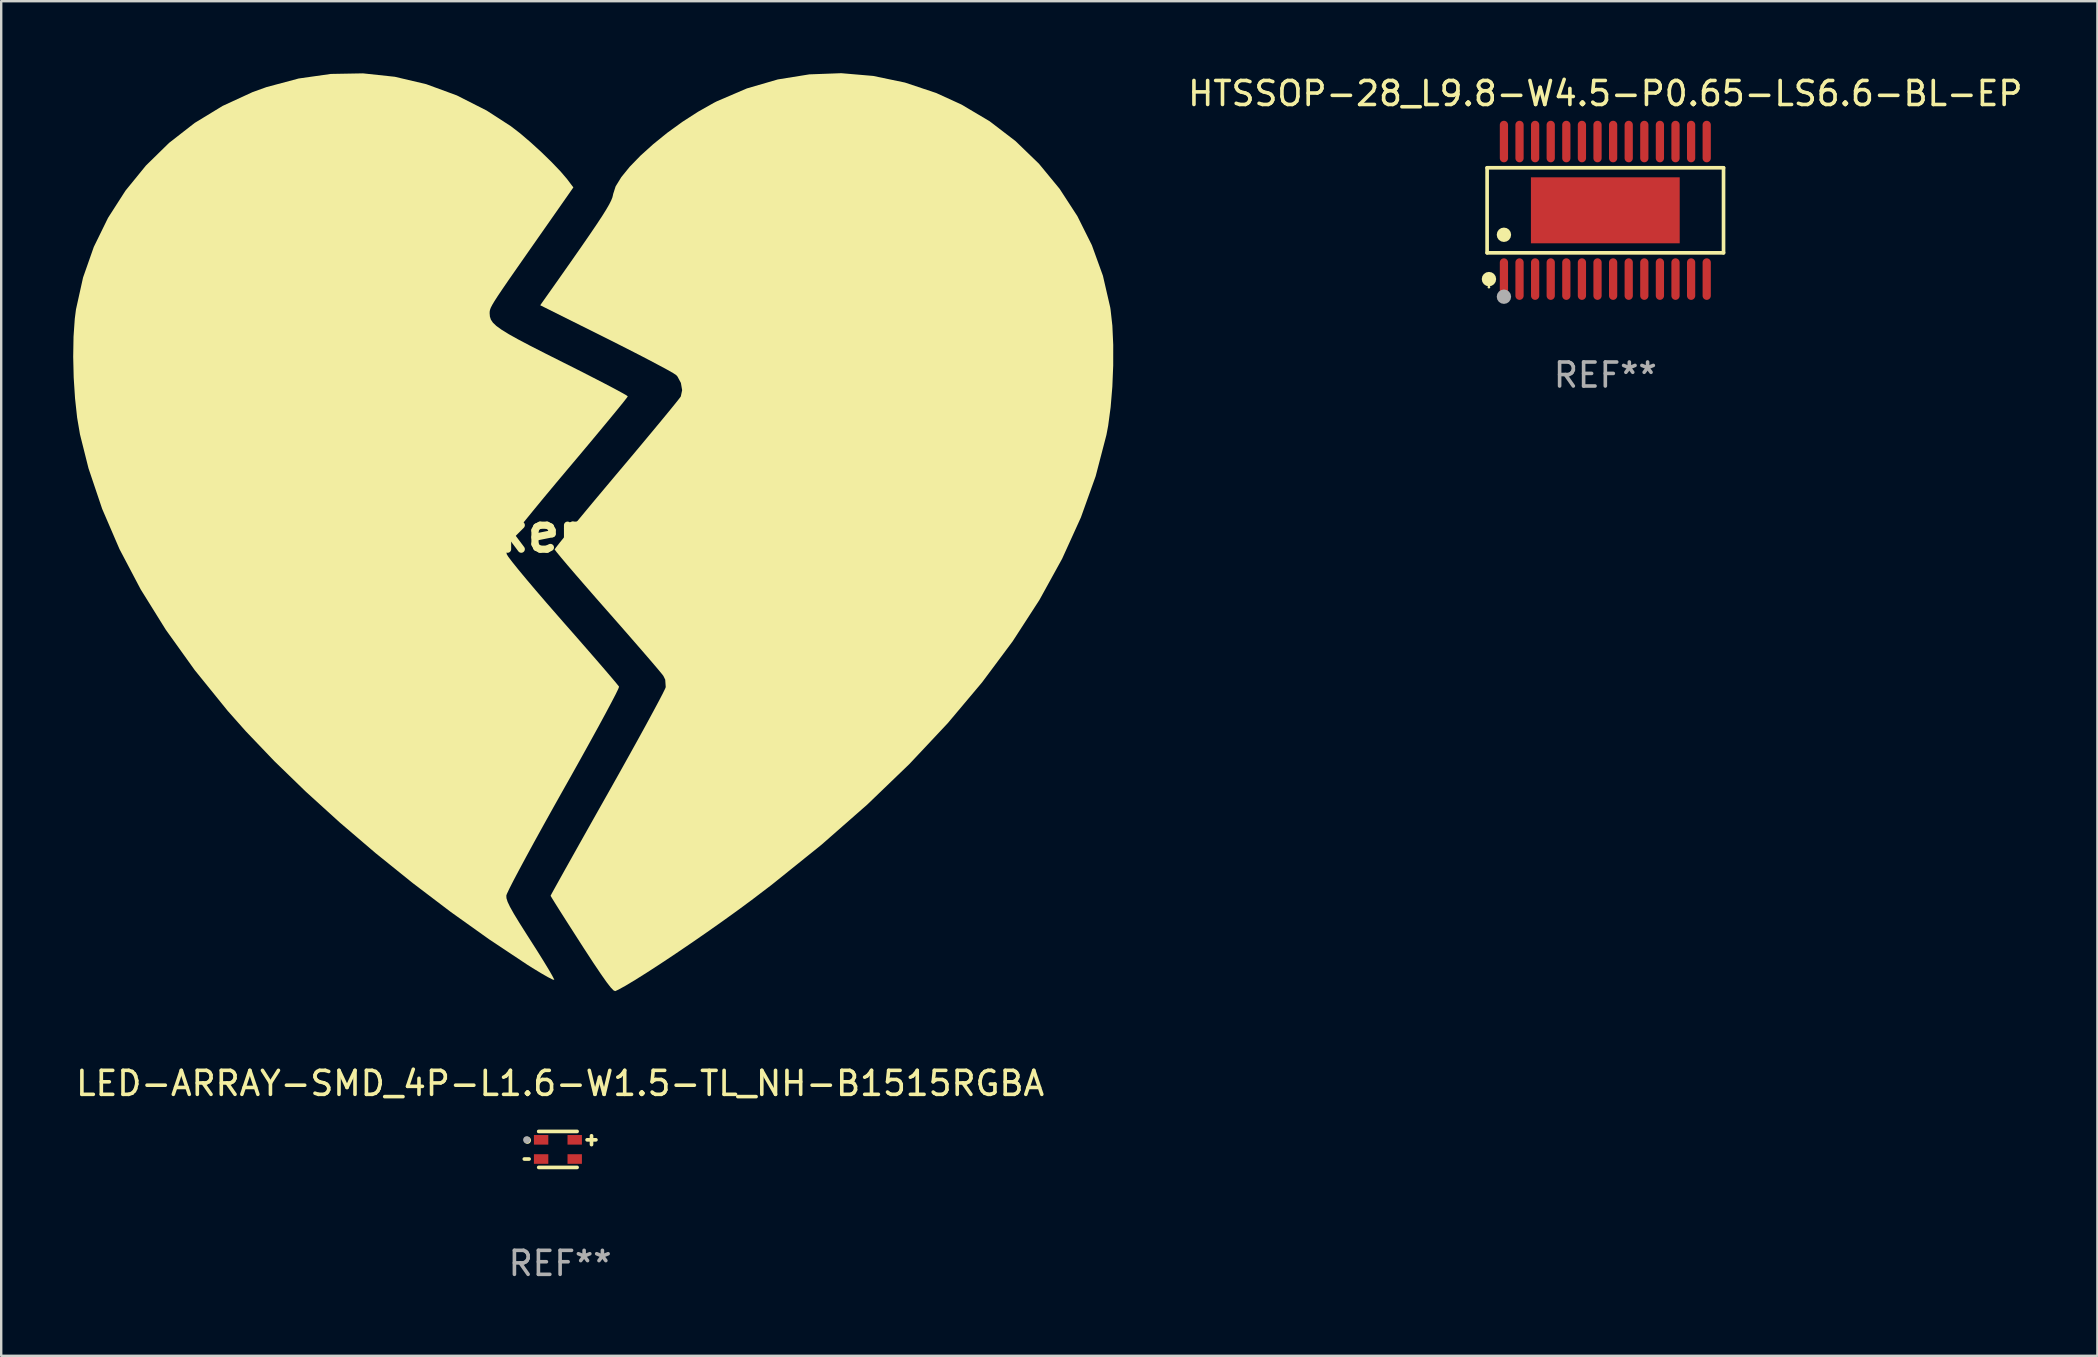
<source format=kicad_pcb>
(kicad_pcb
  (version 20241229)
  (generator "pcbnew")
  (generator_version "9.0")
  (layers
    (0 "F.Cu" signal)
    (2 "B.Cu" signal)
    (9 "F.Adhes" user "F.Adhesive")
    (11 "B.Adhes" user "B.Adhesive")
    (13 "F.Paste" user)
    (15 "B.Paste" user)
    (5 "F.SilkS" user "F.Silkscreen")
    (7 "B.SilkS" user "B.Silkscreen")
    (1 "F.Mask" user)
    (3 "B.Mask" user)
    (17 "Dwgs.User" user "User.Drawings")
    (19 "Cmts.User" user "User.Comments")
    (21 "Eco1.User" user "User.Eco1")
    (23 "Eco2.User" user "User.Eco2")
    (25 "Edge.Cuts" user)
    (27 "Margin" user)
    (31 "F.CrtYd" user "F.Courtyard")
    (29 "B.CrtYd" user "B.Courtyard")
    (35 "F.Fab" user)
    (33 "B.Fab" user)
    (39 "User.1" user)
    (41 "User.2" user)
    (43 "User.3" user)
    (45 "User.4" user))
  (footprint "HTSSOP-28_L9.8-W4.5-P0.65-LS6.6-BL-EP"
    (layer "F.Cu")
    (at 63.846 5.714)
    (property "Reference" "HTSSOP-28_L9.8-W4.5-P0.65-LS6.6-BL-EP" (at 0 -4.866 0) (layer "F.SilkS") (effects (font (size 1 1) (thickness 0.15))))
    (attr smd)
    (fp_line (start -4.926 -1.772) (end 4.926 -1.772) (stroke (width 0.152) (type solid)) (layer "F.SilkS"))
    (fp_line (start -4.926 1.771) (end -4.926 -1.772) (stroke (width 0.152) (type solid)) (layer "F.SilkS"))
    (fp_line (start 4.926 -1.772) (end 4.926 1.771) (stroke (width 0.152) (type solid)) (layer "F.SilkS"))
    (fp_line (start 4.926 1.771) (end -4.926 1.771) (stroke (width 0.152) (type solid)) (layer "F.SilkS"))
    (fp_circle (center -4.85 3.2) (end -4.82 3.2) (stroke (width 0.06) (type solid)) (fill no) (layer "F.SilkS"))
    (fp_circle (center -4.849 2.866) (end -4.699 2.866) (stroke (width 0.3) (type solid)) (fill no) (layer "F.SilkS"))
    (fp_circle (center -4.225 1.019) (end -4.075 1.019) (stroke (width 0.3) (type solid)) (fill no) (layer "F.SilkS"))
    (fp_circle (center -4.225 3.6) (end -4.075 3.6) (stroke (width 0.3) (type solid)) (fill no) (layer "F.Fab"))
    (fp_text user "REF**" (at 0 6.866 0) (layer "F.Fab") (effects (font (size 1 1) (thickness 0.15))))
    (pad "1" smd oval (at -4.225 2.866) (size 0.343 1.731) (layers "F.Cu" "F.Mask" "F.Paste"))
    (pad "2" smd oval (at -3.575 2.866) (size 0.343 1.731) (layers "F.Cu" "F.Mask" "F.Paste"))
    (pad "3" smd oval (at -2.925 2.866) (size 0.343 1.731) (layers "F.Cu" "F.Mask" "F.Paste"))
    (pad "4" smd oval (at -2.275 2.866) (size 0.343 1.731) (layers "F.Cu" "F.Mask" "F.Paste"))
    (pad "5" smd oval (at -1.625 2.866) (size 0.343 1.731) (layers "F.Cu" "F.Mask" "F.Paste"))
    (pad "6" smd oval (at -0.975 2.866) (size 0.343 1.731) (layers "F.Cu" "F.Mask" "F.Paste"))
    (pad "7" smd oval (at -0.325 2.866) (size 0.343 1.731) (layers "F.Cu" "F.Mask" "F.Paste"))
    (pad "8" smd oval (at 0.325 2.866) (size 0.343 1.731) (layers "F.Cu" "F.Mask" "F.Paste"))
    (pad "9" smd oval (at 0.975 2.866) (size 0.343 1.731) (layers "F.Cu" "F.Mask" "F.Paste"))
    (pad "10" smd oval (at 1.625 2.866) (size 0.343 1.731) (layers "F.Cu" "F.Mask" "F.Paste"))
    (pad "11" smd oval (at 2.275 2.866) (size 0.343 1.731) (layers "F.Cu" "F.Mask" "F.Paste"))
    (pad "12" smd oval (at 2.925 2.866) (size 0.343 1.731) (layers "F.Cu" "F.Mask" "F.Paste"))
    (pad "13" smd oval (at 3.575 2.866) (size 0.343 1.731) (layers "F.Cu" "F.Mask" "F.Paste"))
    (pad "14" smd oval (at 4.225 2.866) (size 0.343 1.731) (layers "F.Cu" "F.Mask" "F.Paste"))
    (pad "15" smd oval (at 4.225 -2.866) (size 0.343 1.731) (layers "F.Cu" "F.Mask" "F.Paste"))
    (pad "16" smd oval (at 3.575 -2.866) (size 0.343 1.731) (layers "F.Cu" "F.Mask" "F.Paste"))
    (pad "17" smd oval (at 2.925 -2.866) (size 0.343 1.731) (layers "F.Cu" "F.Mask" "F.Paste"))
    (pad "18" smd oval (at 2.275 -2.866) (size 0.343 1.731) (layers "F.Cu" "F.Mask" "F.Paste"))
    (pad "19" smd oval (at 1.625 -2.866) (size 0.343 1.731) (layers "F.Cu" "F.Mask" "F.Paste"))
    (pad "20" smd oval (at 0.975 -2.866) (size 0.343 1.731) (layers "F.Cu" "F.Mask" "F.Paste"))
    (pad "21" smd oval (at 0.325 -2.866) (size 0.343 1.731) (layers "F.Cu" "F.Mask" "F.Paste"))
    (pad "22" smd oval (at -0.325 -2.866) (size 0.343 1.731) (layers "F.Cu" "F.Mask" "F.Paste"))
    (pad "23" smd oval (at -0.975 -2.866) (size 0.343 1.731) (layers "F.Cu" "F.Mask" "F.Paste"))
    (pad "24" smd oval (at -1.625 -2.866) (size 0.343 1.731) (layers "F.Cu" "F.Mask" "F.Paste"))
    (pad "25" smd oval (at -2.275 -2.866) (size 0.343 1.731) (layers "F.Cu" "F.Mask" "F.Paste"))
    (pad "26" smd oval (at -2.925 -2.866) (size 0.343 1.731) (layers "F.Cu" "F.Mask" "F.Paste"))
    (pad "27" smd oval (at -3.575 -2.866) (size 0.343 1.731) (layers "F.Cu" "F.Mask" "F.Paste"))
    (pad "28" smd oval (at -4.225 -2.866) (size 0.343 1.731) (layers "F.Cu" "F.Mask" "F.Paste"))
    (pad "29" smd rect (at 0 -0.000127) (size 6.2 2.75) (layers "F.Cu" "F.Mask" "F.Paste")))
  (footprint "broken-heart"
    (layer "F.Cu")
    (at 21.672 19.157)
    (property "Reference" "broken-heart" (at 0 0 0) (layer "F.SilkS") (effects (font (size 1.5 1.5) (thickness 0.3))))
    (attr board_only exclude_from_pos_files exclude_from_bom)
    (fp_poly (pts (xy 11.664 -19.043) (xy 12.988 -18.767) (xy 14.295 -18.33) (xy 15.343 -17.851) (xy 16.515 -17.156) (xy 17.595 -16.329) (xy 18.572 -15.385) (xy 19.435 -14.337) (xy 20.174 -13.2) (xy 20.778 -11.989) (xy 21.238 -10.718) (xy 21.542 -9.401) (xy 21.556 -9.313) (xy 21.632 -8.634) (xy 21.668 -7.839) (xy 21.667 -6.976) (xy 21.631 -6.093) (xy 21.56 -5.239) (xy 21.456 -4.462) (xy 21.384 -4.081) (xy 20.936 -2.363) (xy 20.32 -0.643) (xy 19.538 1.078) (xy 18.59 2.798) (xy 17.478 4.516) (xy 16.203 6.228) (xy 14.767 7.935) (xy 13.172 9.633) (xy 11.417 11.322) (xy 9.505 12.999) (xy 7.437 14.662) (xy 6.604 15.296) (xy 6.014 15.731) (xy 5.382 16.186) (xy 4.726 16.648) (xy 4.065 17.105) (xy 3.418 17.544) (xy 2.803 17.953) (xy 2.239 18.319) (xy 1.744 18.63) (xy 1.338 18.874) (xy 1.038 19.038) (xy 0.916 19.094) (xy 0.849 19.067) (xy 0.731 18.946) (xy 0.556 18.721) (xy 0.318 18.382) (xy 0.007 17.92) (xy -0.381 17.326) (xy -0.495 17.149) (xy -0.827 16.631) (xy -1.128 16.161) (xy -1.385 15.757) (xy -1.587 15.436) (xy -1.721 15.219) (xy -1.777 15.123) (xy -1.778 15.121) (xy -1.738 15.042) (xy -1.621 14.83) (xy -1.436 14.497) (xy -1.19 14.055) (xy -0.89 13.52) (xy -0.544 12.903) (xy -0.159 12.217) (xy 0.258 11.477) (xy 0.597 10.877) (xy 1.036 10.096) (xy 1.45 9.354) (xy 1.833 8.664) (xy 2.175 8.042) (xy 2.469 7.499) (xy 2.709 7.052) (xy 2.886 6.713) (xy 2.992 6.498) (xy 3.02 6.426) (xy 2.999 6.116) (xy 2.921 5.957) (xy 2.833 5.845) (xy 2.646 5.621) (xy 2.373 5.301) (xy 2.027 4.9) (xy 1.621 4.433) (xy 1.169 3.915) (xy 0.683 3.362) (xy 0.582 3.248) (xy 0.098 2.697) (xy -0.348 2.185) (xy -0.746 1.726) (xy -1.083 1.333) (xy -1.346 1.021) (xy -1.524 0.804) (xy -1.605 0.696) (xy -1.609 0.688) (xy -1.556 0.61) (xy -1.404 0.415) (xy -1.164 0.118) (xy -0.846 -0.27) (xy -0.462 -0.735) (xy -0.022 -1.265) (xy 0.464 -1.845) (xy 0.973 -2.451) (xy 1.497 -3.073) (xy 1.989 -3.66) (xy 2.438 -4.199) (xy 2.833 -4.675) (xy 3.163 -5.076) (xy 3.416 -5.387) (xy 3.582 -5.596) (xy 3.648 -5.686) (xy 3.704 -5.948) (xy 3.652 -6.25) (xy 3.508 -6.519) (xy 3.449 -6.582) (xy 3.331 -6.659) (xy 3.08 -6.802) (xy 2.713 -6.999) (xy 2.251 -7.243) (xy 1.711 -7.522) (xy 1.112 -7.827) (xy 0.525 -8.122) (xy -2.21 -9.487) (xy -2.047 -9.718) (xy -1.44 -10.577) (xy -0.925 -11.31) (xy -0.494 -11.928) (xy -0.139 -12.442) (xy 0.147 -12.864) (xy 0.371 -13.204) (xy 0.54 -13.475) (xy 0.663 -13.687) (xy 0.746 -13.852) (xy 0.797 -13.981) (xy 0.823 -14.085) (xy 0.828 -14.118) (xy 0.932 -14.441) (xy 1.169 -14.826) (xy 1.52 -15.258) (xy 1.968 -15.72) (xy 2.494 -16.195) (xy 3.08 -16.67) (xy 3.709 -17.126) (xy 4.363 -17.548) (xy 5.023 -17.921) (xy 5.151 -17.986) (xy 6.404 -18.523) (xy 7.692 -18.897) (xy 9.005 -19.108) (xy 10.333 -19.157)) (stroke (width 0) (type solid)) (fill yes) (layer "F.SilkS"))
    (fp_poly (pts (xy -8.271 -19.008) (xy -6.965 -18.701) (xy -5.687 -18.232) (xy -4.443 -17.601) (xy -3.436 -16.95) (xy -3.053 -16.655) (xy -2.617 -16.283) (xy -2.165 -15.871) (xy -1.734 -15.451) (xy -1.361 -15.061) (xy -1.083 -14.735) (xy -1.067 -14.712) (xy -0.829 -14.397) (xy -2.297 -12.299) (xy -2.792 -11.591) (xy -3.199 -11.008) (xy -3.527 -10.537) (xy -3.783 -10.163) (xy -3.977 -9.875) (xy -4.117 -9.657) (xy -4.213 -9.496) (xy -4.272 -9.38) (xy -4.303 -9.293) (xy -4.316 -9.224) (xy -4.318 -9.157) (xy -4.318 -9.147) (xy -4.307 -9.014) (xy -4.266 -8.888) (xy -4.182 -8.762) (xy -4.039 -8.625) (xy -3.825 -8.47) (xy -3.526 -8.285) (xy -3.128 -8.063) (xy -2.618 -7.794) (xy -1.982 -7.47) (xy -1.26 -7.107) (xy -0.637 -6.794) (xy -0.065 -6.502) (xy 0.44 -6.242) (xy 0.859 -6.022) (xy 1.177 -5.85) (xy 1.376 -5.737) (xy 1.439 -5.691) (xy 1.386 -5.615) (xy 1.235 -5.422) (xy 0.995 -5.127) (xy 0.679 -4.743) (xy 0.296 -4.281) (xy -0.141 -3.756) (xy -0.623 -3.181) (xy -1.059 -2.664) (xy -1.573 -2.052) (xy -2.054 -1.475) (xy -2.49 -0.945) (xy -2.87 -0.478) (xy -3.183 -0.087) (xy -3.418 0.214) (xy -3.563 0.412) (xy -3.608 0.487) (xy -3.628 0.723) (xy -3.606 0.887) (xy -3.54 0.995) (xy -3.374 1.214) (xy -3.119 1.531) (xy -2.788 1.93) (xy -2.393 2.397) (xy -1.946 2.917) (xy -1.459 3.475) (xy -1.26 3.703) (xy -0.763 4.268) (xy -0.301 4.797) (xy 0.114 5.274) (xy 0.47 5.686) (xy 0.754 6.018) (xy 0.956 6.258) (xy 1.062 6.39) (xy 1.075 6.411) (xy 1.042 6.501) (xy 0.933 6.726) (xy 0.754 7.07) (xy 0.514 7.521) (xy 0.219 8.066) (xy -0.124 8.689) (xy -0.506 9.379) (xy -0.921 10.122) (xy -1.239 10.686) (xy -1.676 11.464) (xy -2.087 12.203) (xy -2.466 12.89) (xy -2.804 13.511) (xy -3.094 14.051) (xy -3.329 14.496) (xy -3.5 14.832) (xy -3.6 15.045) (xy -3.623 15.113) (xy -3.617 15.224) (xy -3.569 15.375) (xy -3.469 15.585) (xy -3.308 15.872) (xy -3.075 16.255) (xy -2.76 16.753) (xy -2.626 16.962) (xy -2.331 17.425) (xy -2.071 17.842) (xy -1.859 18.191) (xy -1.709 18.451) (xy -1.632 18.6) (xy -1.625 18.627) (xy -1.701 18.608) (xy -1.894 18.509) (xy -2.178 18.346) (xy -2.53 18.132) (xy -2.752 17.992) (xy -4.342 16.934) (xy -5.94 15.794) (xy -7.524 14.591) (xy -9.072 13.343) (xy -10.564 12.067) (xy -11.977 10.784) (xy -13.29 9.51) (xy -14.481 8.264) (xy -15.235 7.414) (xy -16.608 5.717) (xy -17.815 4.032) (xy -18.859 2.354) (xy -19.742 0.677) (xy -20.465 -1.002) (xy -21.033 -2.688) (xy -21.389 -4.106) (xy -21.508 -4.804) (xy -21.595 -5.608) (xy -21.651 -6.47) (xy -21.672 -7.342) (xy -21.658 -8.176) (xy -21.606 -8.922) (xy -21.556 -9.313) (xy -21.261 -10.642) (xy -20.813 -11.918) (xy -20.22 -13.129) (xy -19.493 -14.262) (xy -18.642 -15.307) (xy -17.677 -16.252) (xy -16.608 -17.085) (xy -15.444 -17.794) (xy -14.196 -18.369) (xy -13.618 -18.577) (xy -12.277 -18.936) (xy -10.934 -19.126) (xy -9.596 -19.15)) (stroke (width 0) (type solid)) (fill yes) (layer "F.SilkS")))
  (footprint "LED-ARRAY-SMD_4P-L1.6-W1.5-TL_NH-B1515RGBA"
    (layer "F.Cu")
    (at 20.199 44.848)
    (property "Reference" "LED-ARRAY-SMD_4P-L1.6-W1.5-TL_NH-B1515RGBA" (at 0.092 -2.75 0) (layer "F.SilkS") (effects (font (size 1 1) (thickness 0.15))))
    (attr smd)
    (fp_line (start -1.4 0.4) (end -1.2 0.4) (stroke (width 0.152) (type solid)) (layer "F.SilkS"))
    (fp_line (start -0.8 -0.75) (end 0.8 -0.75) (stroke (width 0.152) (type solid)) (layer "F.SilkS"))
    (fp_line (start -0.8 0.75) (end 0.8 0.75) (stroke (width 0.152) (type solid)) (layer "F.SilkS"))
    (fp_line (start 1.216 -0.4) (end 1.584 -0.4) (stroke (width 0.152) (type solid)) (layer "F.SilkS"))
    (fp_line (start 1.4 -0.2) (end 1.4 -0.569) (stroke (width 0.152) (type solid)) (layer "F.SilkS"))
    (fp_circle (center -1.27 -0.381) (end -1.195 -0.381) (stroke (width 0.15) (type solid)) (fill no) (layer "F.SilkS"))
    (fp_circle (center -0.8 -0.75) (end -0.77 -0.75) (stroke (width 0.06) (type solid)) (fill no) (layer "F.SilkS"))
    (fp_circle (center -1.3 -0.4) (end -1.225 -0.4) (stroke (width 0.15) (type solid)) (fill no) (layer "F.Fab"))
    (fp_text user "REF**" (at 0.092 4.75 0) (layer "F.Fab") (effects (font (size 1 1) (thickness 0.15))))
    (pad "1" smd rect (at -0.7 -0.4 270) (size 0.4 0.6) (layers "F.Cu" "F.Mask" "F.Paste"))
    (pad "2" smd rect (at 0.7 -0.4 270) (size 0.4 0.6) (layers "F.Cu" "F.Mask" "F.Paste"))
    (pad "3" smd rect (at 0.7 0.4 270) (size 0.4 0.6) (layers "F.Cu" "F.Mask" "F.Paste"))
    (pad "4" smd rect (at -0.7 0.4 270) (size 0.4 0.6) (layers "F.Cu" "F.Mask" "F.Paste")))
  (gr_rect
    (start -3 -3)
    (end 84.352 53.447)
    (stroke (width 0.1) (type default))
    (fill no)
    (layer "Edge.Cuts")))
</source>
